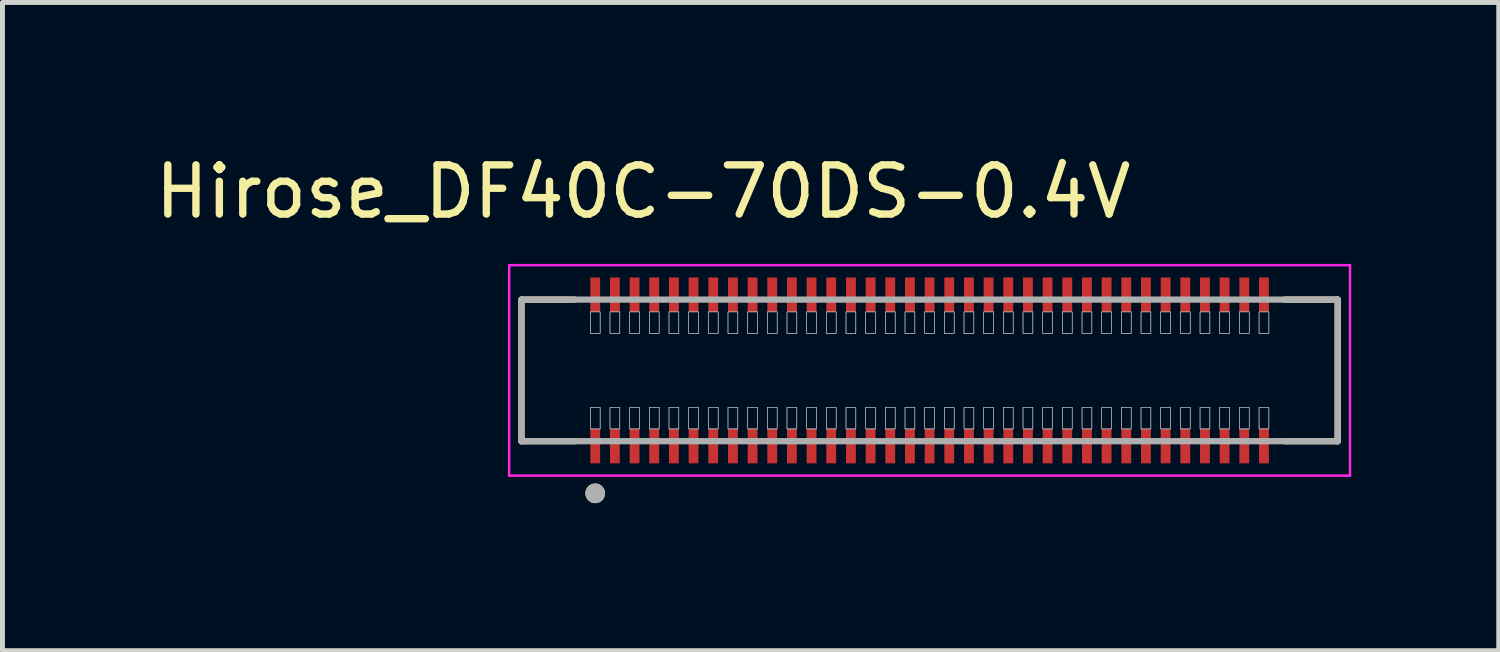
<source format=kicad_pcb>
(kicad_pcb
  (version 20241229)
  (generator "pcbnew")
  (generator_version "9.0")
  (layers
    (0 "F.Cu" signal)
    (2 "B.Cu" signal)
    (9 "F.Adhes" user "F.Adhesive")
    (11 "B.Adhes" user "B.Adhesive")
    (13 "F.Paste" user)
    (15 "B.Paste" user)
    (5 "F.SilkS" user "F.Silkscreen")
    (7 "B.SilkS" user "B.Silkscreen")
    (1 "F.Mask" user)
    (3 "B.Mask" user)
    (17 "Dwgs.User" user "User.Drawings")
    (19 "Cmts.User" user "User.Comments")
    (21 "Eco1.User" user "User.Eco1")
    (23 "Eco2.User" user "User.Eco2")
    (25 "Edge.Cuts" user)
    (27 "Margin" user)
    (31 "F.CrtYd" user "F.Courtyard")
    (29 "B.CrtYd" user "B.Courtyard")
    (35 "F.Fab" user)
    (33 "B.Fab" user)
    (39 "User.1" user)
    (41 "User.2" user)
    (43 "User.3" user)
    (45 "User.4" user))
  (footprint "Hirose_DF40C-70DS-0.4V"
    (layer "F.Cu")
    (at 15.855 4.483)
    (property "Reference" "Hirose_DF40C-70DS-0.4V" (at -5.825 -3.635 0) (layer "F.SilkS") (effects (font (size 1 1) (thickness 0.15))))
    (attr through_hole)
    (fp_line (start -8.3 -1.44) (end -8.3 1.44) (stroke (width 0.127) (type solid)) (layer "F.SilkS"))
    (fp_line (start -8.3 1.44) (end -7.22 1.44) (stroke (width 0.127) (type solid)) (layer "F.SilkS"))
    (fp_line (start -7.22 -1.44) (end -8.3 -1.44) (stroke (width 0.127) (type solid)) (layer "F.SilkS"))
    (fp_line (start 7.22 1.44) (end 8.3 1.44) (stroke (width 0.127) (type solid)) (layer "F.SilkS"))
    (fp_line (start 8.3 -1.44) (end 7.22 -1.44) (stroke (width 0.127) (type solid)) (layer "F.SilkS"))
    (fp_line (start 8.3 1.44) (end 8.3 -1.44) (stroke (width 0.127) (type solid)) (layer "F.SilkS"))
    (fp_circle (center -6.8 2.5) (end -6.7 2.5) (stroke (width 0.2) (type solid)) (fill no) (layer "F.SilkS"))
    (fp_poly (pts (xy -6.88 -1.82) (xy -6.72 -1.82) (xy -6.72 -1.26) (xy -6.88 -1.26)) (stroke (width 0.01) (type solid)) (fill yes) (layer "F.Paste"))
    (fp_poly (pts (xy -6.88 1.26) (xy -6.72 1.26) (xy -6.72 1.82) (xy -6.88 1.82)) (stroke (width 0.01) (type solid)) (fill yes) (layer "F.Paste"))
    (fp_poly (pts (xy -6.48 -1.82) (xy -6.32 -1.82) (xy -6.32 -1.26) (xy -6.48 -1.26)) (stroke (width 0.01) (type solid)) (fill yes) (layer "F.Paste"))
    (fp_poly (pts (xy -6.48 1.26) (xy -6.32 1.26) (xy -6.32 1.82) (xy -6.48 1.82)) (stroke (width 0.01) (type solid)) (fill yes) (layer "F.Paste"))
    (fp_poly (pts (xy -6.08 -1.82) (xy -5.92 -1.82) (xy -5.92 -1.26) (xy -6.08 -1.26)) (stroke (width 0.01) (type solid)) (fill yes) (layer "F.Paste"))
    (fp_poly (pts (xy -6.08 1.26) (xy -5.92 1.26) (xy -5.92 1.82) (xy -6.08 1.82)) (stroke (width 0.01) (type solid)) (fill yes) (layer "F.Paste"))
    (fp_poly (pts (xy -5.68 -1.82) (xy -5.52 -1.82) (xy -5.52 -1.26) (xy -5.68 -1.26)) (stroke (width 0.01) (type solid)) (fill yes) (layer "F.Paste"))
    (fp_poly (pts (xy -5.68 1.26) (xy -5.52 1.26) (xy -5.52 1.82) (xy -5.68 1.82)) (stroke (width 0.01) (type solid)) (fill yes) (layer "F.Paste"))
    (fp_poly (pts (xy -5.28 -1.82) (xy -5.12 -1.82) (xy -5.12 -1.26) (xy -5.28 -1.26)) (stroke (width 0.01) (type solid)) (fill yes) (layer "F.Paste"))
    (fp_poly (pts (xy -5.28 1.26) (xy -5.12 1.26) (xy -5.12 1.82) (xy -5.28 1.82)) (stroke (width 0.01) (type solid)) (fill yes) (layer "F.Paste"))
    (fp_poly (pts (xy -4.88 -1.82) (xy -4.72 -1.82) (xy -4.72 -1.26) (xy -4.88 -1.26)) (stroke (width 0.01) (type solid)) (fill yes) (layer "F.Paste"))
    (fp_poly (pts (xy -4.88 1.26) (xy -4.72 1.26) (xy -4.72 1.82) (xy -4.88 1.82)) (stroke (width 0.01) (type solid)) (fill yes) (layer "F.Paste"))
    (fp_poly (pts (xy -4.48 -1.82) (xy -4.32 -1.82) (xy -4.32 -1.26) (xy -4.48 -1.26)) (stroke (width 0.01) (type solid)) (fill yes) (layer "F.Paste"))
    (fp_poly (pts (xy -4.48 1.26) (xy -4.32 1.26) (xy -4.32 1.82) (xy -4.48 1.82)) (stroke (width 0.01) (type solid)) (fill yes) (layer "F.Paste"))
    (fp_poly (pts (xy -4.08 -1.82) (xy -3.92 -1.82) (xy -3.92 -1.26) (xy -4.08 -1.26)) (stroke (width 0.01) (type solid)) (fill yes) (layer "F.Paste"))
    (fp_poly (pts (xy -4.08 1.26) (xy -3.92 1.26) (xy -3.92 1.82) (xy -4.08 1.82)) (stroke (width 0.01) (type solid)) (fill yes) (layer "F.Paste"))
    (fp_poly (pts (xy -3.68 -1.82) (xy -3.52 -1.82) (xy -3.52 -1.26) (xy -3.68 -1.26)) (stroke (width 0.01) (type solid)) (fill yes) (layer "F.Paste"))
    (fp_poly (pts (xy -3.68 1.26) (xy -3.52 1.26) (xy -3.52 1.82) (xy -3.68 1.82)) (stroke (width 0.01) (type solid)) (fill yes) (layer "F.Paste"))
    (fp_poly (pts (xy -3.28 -1.82) (xy -3.12 -1.82) (xy -3.12 -1.26) (xy -3.28 -1.26)) (stroke (width 0.01) (type solid)) (fill yes) (layer "F.Paste"))
    (fp_poly (pts (xy -3.28 1.26) (xy -3.12 1.26) (xy -3.12 1.82) (xy -3.28 1.82)) (stroke (width 0.01) (type solid)) (fill yes) (layer "F.Paste"))
    (fp_poly (pts (xy -2.88 -1.82) (xy -2.72 -1.82) (xy -2.72 -1.26) (xy -2.88 -1.26)) (stroke (width 0.01) (type solid)) (fill yes) (layer "F.Paste"))
    (fp_poly (pts (xy -2.88 1.26) (xy -2.72 1.26) (xy -2.72 1.82) (xy -2.88 1.82)) (stroke (width 0.01) (type solid)) (fill yes) (layer "F.Paste"))
    (fp_poly (pts (xy -2.48 -1.82) (xy -2.32 -1.82) (xy -2.32 -1.26) (xy -2.48 -1.26)) (stroke (width 0.01) (type solid)) (fill yes) (layer "F.Paste"))
    (fp_poly (pts (xy -2.48 1.26) (xy -2.32 1.26) (xy -2.32 1.82) (xy -2.48 1.82)) (stroke (width 0.01) (type solid)) (fill yes) (layer "F.Paste"))
    (fp_poly (pts (xy -2.08 -1.82) (xy -1.92 -1.82) (xy -1.92 -1.26) (xy -2.08 -1.26)) (stroke (width 0.01) (type solid)) (fill yes) (layer "F.Paste"))
    (fp_poly (pts (xy -2.08 1.26) (xy -1.92 1.26) (xy -1.92 1.82) (xy -2.08 1.82)) (stroke (width 0.01) (type solid)) (fill yes) (layer "F.Paste"))
    (fp_poly (pts (xy -1.68 -1.82) (xy -1.52 -1.82) (xy -1.52 -1.26) (xy -1.68 -1.26)) (stroke (width 0.01) (type solid)) (fill yes) (layer "F.Paste"))
    (fp_poly (pts (xy -1.68 1.26) (xy -1.52 1.26) (xy -1.52 1.82) (xy -1.68 1.82)) (stroke (width 0.01) (type solid)) (fill yes) (layer "F.Paste"))
    (fp_poly (pts (xy -1.28 -1.82) (xy -1.12 -1.82) (xy -1.12 -1.26) (xy -1.28 -1.26)) (stroke (width 0.01) (type solid)) (fill yes) (layer "F.Paste"))
    (fp_poly (pts (xy -1.28 1.26) (xy -1.12 1.26) (xy -1.12 1.82) (xy -1.28 1.82)) (stroke (width 0.01) (type solid)) (fill yes) (layer "F.Paste"))
    (fp_poly (pts (xy -0.88 -1.82) (xy -0.72 -1.82) (xy -0.72 -1.26) (xy -0.88 -1.26)) (stroke (width 0.01) (type solid)) (fill yes) (layer "F.Paste"))
    (fp_poly (pts (xy -0.88 1.26) (xy -0.72 1.26) (xy -0.72 1.82) (xy -0.88 1.82)) (stroke (width 0.01) (type solid)) (fill yes) (layer "F.Paste"))
    (fp_poly (pts (xy -0.48 -1.82) (xy -0.32 -1.82) (xy -0.32 -1.26) (xy -0.48 -1.26)) (stroke (width 0.01) (type solid)) (fill yes) (layer "F.Paste"))
    (fp_poly (pts (xy -0.48 1.26) (xy -0.32 1.26) (xy -0.32 1.82) (xy -0.48 1.82)) (stroke (width 0.01) (type solid)) (fill yes) (layer "F.Paste"))
    (fp_poly (pts (xy -0.08 -1.82) (xy 0.08 -1.82) (xy 0.08 -1.26) (xy -0.08 -1.26)) (stroke (width 0.01) (type solid)) (fill yes) (layer "F.Paste"))
    (fp_poly (pts (xy -0.08 1.26) (xy 0.08 1.26) (xy 0.08 1.82) (xy -0.08 1.82)) (stroke (width 0.01) (type solid)) (fill yes) (layer "F.Paste"))
    (fp_poly (pts (xy 0.32 -1.82) (xy 0.48 -1.82) (xy 0.48 -1.26) (xy 0.32 -1.26)) (stroke (width 0.01) (type solid)) (fill yes) (layer "F.Paste"))
    (fp_poly (pts (xy 0.32 1.26) (xy 0.48 1.26) (xy 0.48 1.82) (xy 0.32 1.82)) (stroke (width 0.01) (type solid)) (fill yes) (layer "F.Paste"))
    (fp_poly (pts (xy 0.72 -1.82) (xy 0.88 -1.82) (xy 0.88 -1.26) (xy 0.72 -1.26)) (stroke (width 0.01) (type solid)) (fill yes) (layer "F.Paste"))
    (fp_poly (pts (xy 0.72 1.26) (xy 0.88 1.26) (xy 0.88 1.82) (xy 0.72 1.82)) (stroke (width 0.01) (type solid)) (fill yes) (layer "F.Paste"))
    (fp_poly (pts (xy 1.12 -1.82) (xy 1.28 -1.82) (xy 1.28 -1.26) (xy 1.12 -1.26)) (stroke (width 0.01) (type solid)) (fill yes) (layer "F.Paste"))
    (fp_poly (pts (xy 1.12 1.26) (xy 1.28 1.26) (xy 1.28 1.82) (xy 1.12 1.82)) (stroke (width 0.01) (type solid)) (fill yes) (layer "F.Paste"))
    (fp_poly (pts (xy 1.52 -1.82) (xy 1.68 -1.82) (xy 1.68 -1.26) (xy 1.52 -1.26)) (stroke (width 0.01) (type solid)) (fill yes) (layer "F.Paste"))
    (fp_poly (pts (xy 1.52 1.26) (xy 1.68 1.26) (xy 1.68 1.82) (xy 1.52 1.82)) (stroke (width 0.01) (type solid)) (fill yes) (layer "F.Paste"))
    (fp_poly (pts (xy 1.92 -1.82) (xy 2.08 -1.82) (xy 2.08 -1.26) (xy 1.92 -1.26)) (stroke (width 0.01) (type solid)) (fill yes) (layer "F.Paste"))
    (fp_poly (pts (xy 1.92 1.26) (xy 2.08 1.26) (xy 2.08 1.82) (xy 1.92 1.82)) (stroke (width 0.01) (type solid)) (fill yes) (layer "F.Paste"))
    (fp_poly (pts (xy 2.32 -1.82) (xy 2.48 -1.82) (xy 2.48 -1.26) (xy 2.32 -1.26)) (stroke (width 0.01) (type solid)) (fill yes) (layer "F.Paste"))
    (fp_poly (pts (xy 2.32 1.26) (xy 2.48 1.26) (xy 2.48 1.82) (xy 2.32 1.82)) (stroke (width 0.01) (type solid)) (fill yes) (layer "F.Paste"))
    (fp_poly (pts (xy 2.72 -1.82) (xy 2.88 -1.82) (xy 2.88 -1.26) (xy 2.72 -1.26)) (stroke (width 0.01) (type solid)) (fill yes) (layer "F.Paste"))
    (fp_poly (pts (xy 2.72 1.26) (xy 2.88 1.26) (xy 2.88 1.82) (xy 2.72 1.82)) (stroke (width 0.01) (type solid)) (fill yes) (layer "F.Paste"))
    (fp_poly (pts (xy 3.12 -1.82) (xy 3.28 -1.82) (xy 3.28 -1.26) (xy 3.12 -1.26)) (stroke (width 0.01) (type solid)) (fill yes) (layer "F.Paste"))
    (fp_poly (pts (xy 3.12 1.26) (xy 3.28 1.26) (xy 3.28 1.82) (xy 3.12 1.82)) (stroke (width 0.01) (type solid)) (fill yes) (layer "F.Paste"))
    (fp_poly (pts (xy 3.52 -1.82) (xy 3.68 -1.82) (xy 3.68 -1.26) (xy 3.52 -1.26)) (stroke (width 0.01) (type solid)) (fill yes) (layer "F.Paste"))
    (fp_poly (pts (xy 3.52 1.26) (xy 3.68 1.26) (xy 3.68 1.82) (xy 3.52 1.82)) (stroke (width 0.01) (type solid)) (fill yes) (layer "F.Paste"))
    (fp_poly (pts (xy 3.92 -1.82) (xy 4.08 -1.82) (xy 4.08 -1.26) (xy 3.92 -1.26)) (stroke (width 0.01) (type solid)) (fill yes) (layer "F.Paste"))
    (fp_poly (pts (xy 3.92 1.26) (xy 4.08 1.26) (xy 4.08 1.82) (xy 3.92 1.82)) (stroke (width 0.01) (type solid)) (fill yes) (layer "F.Paste"))
    (fp_poly (pts (xy 4.32 -1.82) (xy 4.48 -1.82) (xy 4.48 -1.26) (xy 4.32 -1.26)) (stroke (width 0.01) (type solid)) (fill yes) (layer "F.Paste"))
    (fp_poly (pts (xy 4.32 1.26) (xy 4.48 1.26) (xy 4.48 1.82) (xy 4.32 1.82)) (stroke (width 0.01) (type solid)) (fill yes) (layer "F.Paste"))
    (fp_poly (pts (xy 4.72 -1.82) (xy 4.88 -1.82) (xy 4.88 -1.26) (xy 4.72 -1.26)) (stroke (width 0.01) (type solid)) (fill yes) (layer "F.Paste"))
    (fp_poly (pts (xy 4.72 1.26) (xy 4.88 1.26) (xy 4.88 1.82) (xy 4.72 1.82)) (stroke (width 0.01) (type solid)) (fill yes) (layer "F.Paste"))
    (fp_poly (pts (xy 5.12 -1.82) (xy 5.28 -1.82) (xy 5.28 -1.26) (xy 5.12 -1.26)) (stroke (width 0.01) (type solid)) (fill yes) (layer "F.Paste"))
    (fp_poly (pts (xy 5.12 1.26) (xy 5.28 1.26) (xy 5.28 1.82) (xy 5.12 1.82)) (stroke (width 0.01) (type solid)) (fill yes) (layer "F.Paste"))
    (fp_poly (pts (xy 5.52 -1.82) (xy 5.68 -1.82) (xy 5.68 -1.26) (xy 5.52 -1.26)) (stroke (width 0.01) (type solid)) (fill yes) (layer "F.Paste"))
    (fp_poly (pts (xy 5.52 1.26) (xy 5.68 1.26) (xy 5.68 1.82) (xy 5.52 1.82)) (stroke (width 0.01) (type solid)) (fill yes) (layer "F.Paste"))
    (fp_poly (pts (xy 5.92 -1.82) (xy 6.08 -1.82) (xy 6.08 -1.26) (xy 5.92 -1.26)) (stroke (width 0.01) (type solid)) (fill yes) (layer "F.Paste"))
    (fp_poly (pts (xy 5.92 1.26) (xy 6.08 1.26) (xy 6.08 1.82) (xy 5.92 1.82)) (stroke (width 0.01) (type solid)) (fill yes) (layer "F.Paste"))
    (fp_poly (pts (xy 6.32 -1.82) (xy 6.48 -1.82) (xy 6.48 -1.26) (xy 6.32 -1.26)) (stroke (width 0.01) (type solid)) (fill yes) (layer "F.Paste"))
    (fp_poly (pts (xy 6.32 1.26) (xy 6.48 1.26) (xy 6.48 1.82) (xy 6.32 1.82)) (stroke (width 0.01) (type solid)) (fill yes) (layer "F.Paste"))
    (fp_poly (pts (xy 6.72 -1.82) (xy 6.88 -1.82) (xy 6.88 -1.26) (xy 6.72 -1.26)) (stroke (width 0.01) (type solid)) (fill yes) (layer "F.Paste"))
    (fp_poly (pts (xy 6.72 1.26) (xy 6.88 1.26) (xy 6.88 1.82) (xy 6.72 1.82)) (stroke (width 0.01) (type solid)) (fill yes) (layer "F.Paste"))
    (fp_poly (pts (xy -6.9 -1.19) (xy -6.7 -1.19) (xy -6.7 -0.75) (xy -6.9 -0.75)) (stroke (width 0.01) (type solid)) (fill no) (layer "Dwgs.User"))
    (fp_poly (pts (xy -6.9 -1.19) (xy -6.7 -1.19) (xy -6.7 -0.75) (xy -6.9 -0.75)) (stroke (width 0.01) (type solid)) (fill no) (layer "Dwgs.User"))
    (fp_poly (pts (xy -6.9 0.75) (xy -6.7 0.75) (xy -6.7 1.19) (xy -6.9 1.19)) (stroke (width 0.01) (type solid)) (fill no) (layer "Dwgs.User"))
    (fp_poly (pts (xy -6.9 0.75) (xy -6.7 0.75) (xy -6.7 1.19) (xy -6.9 1.19)) (stroke (width 0.01) (type solid)) (fill no) (layer "Dwgs.User"))
    (fp_poly (pts (xy -6.5 -1.19) (xy -6.3 -1.19) (xy -6.3 -0.75) (xy -6.5 -0.75)) (stroke (width 0.01) (type solid)) (fill no) (layer "Dwgs.User"))
    (fp_poly (pts (xy -6.5 -1.19) (xy -6.3 -1.19) (xy -6.3 -0.75) (xy -6.5 -0.75)) (stroke (width 0.01) (type solid)) (fill no) (layer "Dwgs.User"))
    (fp_poly (pts (xy -6.5 0.75) (xy -6.3 0.75) (xy -6.3 1.19) (xy -6.5 1.19)) (stroke (width 0.01) (type solid)) (fill no) (layer "Dwgs.User"))
    (fp_poly (pts (xy -6.5 0.75) (xy -6.3 0.75) (xy -6.3 1.19) (xy -6.5 1.19)) (stroke (width 0.01) (type solid)) (fill no) (layer "Dwgs.User"))
    (fp_poly (pts (xy -6.1 -1.19) (xy -5.9 -1.19) (xy -5.9 -0.75) (xy -6.1 -0.75)) (stroke (width 0.01) (type solid)) (fill no) (layer "Dwgs.User"))
    (fp_poly (pts (xy -6.1 -1.19) (xy -5.9 -1.19) (xy -5.9 -0.75) (xy -6.1 -0.75)) (stroke (width 0.01) (type solid)) (fill no) (layer "Dwgs.User"))
    (fp_poly (pts (xy -6.1 0.75) (xy -5.9 0.75) (xy -5.9 1.19) (xy -6.1 1.19)) (stroke (width 0.01) (type solid)) (fill no) (layer "Dwgs.User"))
    (fp_poly (pts (xy -6.1 0.75) (xy -5.9 0.75) (xy -5.9 1.19) (xy -6.1 1.19)) (stroke (width 0.01) (type solid)) (fill no) (layer "Dwgs.User"))
    (fp_poly (pts (xy -5.7 -1.19) (xy -5.5 -1.19) (xy -5.5 -0.75) (xy -5.7 -0.75)) (stroke (width 0.01) (type solid)) (fill no) (layer "Dwgs.User"))
    (fp_poly (pts (xy -5.7 -1.19) (xy -5.5 -1.19) (xy -5.5 -0.75) (xy -5.7 -0.75)) (stroke (width 0.01) (type solid)) (fill no) (layer "Dwgs.User"))
    (fp_poly (pts (xy -5.7 0.75) (xy -5.5 0.75) (xy -5.5 1.19) (xy -5.7 1.19)) (stroke (width 0.01) (type solid)) (fill no) (layer "Dwgs.User"))
    (fp_poly (pts (xy -5.7 0.75) (xy -5.5 0.75) (xy -5.5 1.19) (xy -5.7 1.19)) (stroke (width 0.01) (type solid)) (fill no) (layer "Dwgs.User"))
    (fp_poly (pts (xy -5.3 -1.19) (xy -5.1 -1.19) (xy -5.1 -0.75) (xy -5.3 -0.75)) (stroke (width 0.01) (type solid)) (fill no) (layer "Dwgs.User"))
    (fp_poly (pts (xy -5.3 -1.19) (xy -5.1 -1.19) (xy -5.1 -0.75) (xy -5.3 -0.75)) (stroke (width 0.01) (type solid)) (fill no) (layer "Dwgs.User"))
    (fp_poly (pts (xy -5.3 0.75) (xy -5.1 0.75) (xy -5.1 1.19) (xy -5.3 1.19)) (stroke (width 0.01) (type solid)) (fill no) (layer "Dwgs.User"))
    (fp_poly (pts (xy -5.3 0.75) (xy -5.1 0.75) (xy -5.1 1.19) (xy -5.3 1.19)) (stroke (width 0.01) (type solid)) (fill no) (layer "Dwgs.User"))
    (fp_poly (pts (xy -4.9 -1.19) (xy -4.7 -1.19) (xy -4.7 -0.75) (xy -4.9 -0.75)) (stroke (width 0.01) (type solid)) (fill no) (layer "Dwgs.User"))
    (fp_poly (pts (xy -4.9 -1.19) (xy -4.7 -1.19) (xy -4.7 -0.75) (xy -4.9 -0.75)) (stroke (width 0.01) (type solid)) (fill no) (layer "Dwgs.User"))
    (fp_poly (pts (xy -4.9 0.75) (xy -4.7 0.75) (xy -4.7 1.19) (xy -4.9 1.19)) (stroke (width 0.01) (type solid)) (fill no) (layer "Dwgs.User"))
    (fp_poly (pts (xy -4.9 0.75) (xy -4.7 0.75) (xy -4.7 1.19) (xy -4.9 1.19)) (stroke (width 0.01) (type solid)) (fill no) (layer "Dwgs.User"))
    (fp_poly (pts (xy -4.5 -1.19) (xy -4.3 -1.19) (xy -4.3 -0.75) (xy -4.5 -0.75)) (stroke (width 0.01) (type solid)) (fill no) (layer "Dwgs.User"))
    (fp_poly (pts (xy -4.5 -1.19) (xy -4.3 -1.19) (xy -4.3 -0.75) (xy -4.5 -0.75)) (stroke (width 0.01) (type solid)) (fill no) (layer "Dwgs.User"))
    (fp_poly (pts (xy -4.5 0.75) (xy -4.3 0.75) (xy -4.3 1.19) (xy -4.5 1.19)) (stroke (width 0.01) (type solid)) (fill no) (layer "Dwgs.User"))
    (fp_poly (pts (xy -4.5 0.75) (xy -4.3 0.75) (xy -4.3 1.19) (xy -4.5 1.19)) (stroke (width 0.01) (type solid)) (fill no) (layer "Dwgs.User"))
    (fp_poly (pts (xy -4.1 -1.19) (xy -3.9 -1.19) (xy -3.9 -0.75) (xy -4.1 -0.75)) (stroke (width 0.01) (type solid)) (fill no) (layer "Dwgs.User"))
    (fp_poly (pts (xy -4.1 -1.19) (xy -3.9 -1.19) (xy -3.9 -0.75) (xy -4.1 -0.75)) (stroke (width 0.01) (type solid)) (fill no) (layer "Dwgs.User"))
    (fp_poly (pts (xy -4.1 0.75) (xy -3.9 0.75) (xy -3.9 1.19) (xy -4.1 1.19)) (stroke (width 0.01) (type solid)) (fill no) (layer "Dwgs.User"))
    (fp_poly (pts (xy -4.1 0.75) (xy -3.9 0.75) (xy -3.9 1.19) (xy -4.1 1.19)) (stroke (width 0.01) (type solid)) (fill no) (layer "Dwgs.User"))
    (fp_poly (pts (xy -3.7 -1.19) (xy -3.5 -1.19) (xy -3.5 -0.75) (xy -3.7 -0.75)) (stroke (width 0.01) (type solid)) (fill no) (layer "Dwgs.User"))
    (fp_poly (pts (xy -3.7 -1.19) (xy -3.5 -1.19) (xy -3.5 -0.75) (xy -3.7 -0.75)) (stroke (width 0.01) (type solid)) (fill no) (layer "Dwgs.User"))
    (fp_poly (pts (xy -3.7 0.75) (xy -3.5 0.75) (xy -3.5 1.19) (xy -3.7 1.19)) (stroke (width 0.01) (type solid)) (fill no) (layer "Dwgs.User"))
    (fp_poly (pts (xy -3.7 0.75) (xy -3.5 0.75) (xy -3.5 1.19) (xy -3.7 1.19)) (stroke (width 0.01) (type solid)) (fill no) (layer "Dwgs.User"))
    (fp_poly (pts (xy -3.3 -1.19) (xy -3.1 -1.19) (xy -3.1 -0.75) (xy -3.3 -0.75)) (stroke (width 0.01) (type solid)) (fill no) (layer "Dwgs.User"))
    (fp_poly (pts (xy -3.3 -1.19) (xy -3.1 -1.19) (xy -3.1 -0.75) (xy -3.3 -0.75)) (stroke (width 0.01) (type solid)) (fill no) (layer "Dwgs.User"))
    (fp_poly (pts (xy -3.3 0.75) (xy -3.1 0.75) (xy -3.1 1.19) (xy -3.3 1.19)) (stroke (width 0.01) (type solid)) (fill no) (layer "Dwgs.User"))
    (fp_poly (pts (xy -3.3 0.75) (xy -3.1 0.75) (xy -3.1 1.19) (xy -3.3 1.19)) (stroke (width 0.01) (type solid)) (fill no) (layer "Dwgs.User"))
    (fp_poly (pts (xy -2.9 -1.19) (xy -2.7 -1.19) (xy -2.7 -0.75) (xy -2.9 -0.75)) (stroke (width 0.01) (type solid)) (fill no) (layer "Dwgs.User"))
    (fp_poly (pts (xy -2.9 -1.19) (xy -2.7 -1.19) (xy -2.7 -0.75) (xy -2.9 -0.75)) (stroke (width 0.01) (type solid)) (fill no) (layer "Dwgs.User"))
    (fp_poly (pts (xy -2.9 0.75) (xy -2.7 0.75) (xy -2.7 1.19) (xy -2.9 1.19)) (stroke (width 0.01) (type solid)) (fill no) (layer "Dwgs.User"))
    (fp_poly (pts (xy -2.9 0.75) (xy -2.7 0.75) (xy -2.7 1.19) (xy -2.9 1.19)) (stroke (width 0.01) (type solid)) (fill no) (layer "Dwgs.User"))
    (fp_poly (pts (xy -2.5 -1.19) (xy -2.3 -1.19) (xy -2.3 -0.75) (xy -2.5 -0.75)) (stroke (width 0.01) (type solid)) (fill no) (layer "Dwgs.User"))
    (fp_poly (pts (xy -2.5 -1.19) (xy -2.3 -1.19) (xy -2.3 -0.75) (xy -2.5 -0.75)) (stroke (width 0.01) (type solid)) (fill no) (layer "Dwgs.User"))
    (fp_poly (pts (xy -2.5 0.75) (xy -2.3 0.75) (xy -2.3 1.19) (xy -2.5 1.19)) (stroke (width 0.01) (type solid)) (fill no) (layer "Dwgs.User"))
    (fp_poly (pts (xy -2.5 0.75) (xy -2.3 0.75) (xy -2.3 1.19) (xy -2.5 1.19)) (stroke (width 0.01) (type solid)) (fill no) (layer "Dwgs.User"))
    (fp_poly (pts (xy -2.1 -1.19) (xy -1.9 -1.19) (xy -1.9 -0.75) (xy -2.1 -0.75)) (stroke (width 0.01) (type solid)) (fill no) (layer "Dwgs.User"))
    (fp_poly (pts (xy -2.1 -1.19) (xy -1.9 -1.19) (xy -1.9 -0.75) (xy -2.1 -0.75)) (stroke (width 0.01) (type solid)) (fill no) (layer "Dwgs.User"))
    (fp_poly (pts (xy -2.1 0.75) (xy -1.9 0.75) (xy -1.9 1.19) (xy -2.1 1.19)) (stroke (width 0.01) (type solid)) (fill no) (layer "Dwgs.User"))
    (fp_poly (pts (xy -2.1 0.75) (xy -1.9 0.75) (xy -1.9 1.19) (xy -2.1 1.19)) (stroke (width 0.01) (type solid)) (fill no) (layer "Dwgs.User"))
    (fp_poly (pts (xy -1.7 -1.19) (xy -1.5 -1.19) (xy -1.5 -0.75) (xy -1.7 -0.75)) (stroke (width 0.01) (type solid)) (fill no) (layer "Dwgs.User"))
    (fp_poly (pts (xy -1.7 -1.19) (xy -1.5 -1.19) (xy -1.5 -0.75) (xy -1.7 -0.75)) (stroke (width 0.01) (type solid)) (fill no) (layer "Dwgs.User"))
    (fp_poly (pts (xy -1.7 0.75) (xy -1.5 0.75) (xy -1.5 1.19) (xy -1.7 1.19)) (stroke (width 0.01) (type solid)) (fill no) (layer "Dwgs.User"))
    (fp_poly (pts (xy -1.7 0.75) (xy -1.5 0.75) (xy -1.5 1.19) (xy -1.7 1.19)) (stroke (width 0.01) (type solid)) (fill no) (layer "Dwgs.User"))
    (fp_poly (pts (xy -1.3 -1.19) (xy -1.1 -1.19) (xy -1.1 -0.75) (xy -1.3 -0.75)) (stroke (width 0.01) (type solid)) (fill no) (layer "Dwgs.User"))
    (fp_poly (pts (xy -1.3 -1.19) (xy -1.1 -1.19) (xy -1.1 -0.75) (xy -1.3 -0.75)) (stroke (width 0.01) (type solid)) (fill no) (layer "Dwgs.User"))
    (fp_poly (pts (xy -1.3 0.75) (xy -1.1 0.75) (xy -1.1 1.19) (xy -1.3 1.19)) (stroke (width 0.01) (type solid)) (fill no) (layer "Dwgs.User"))
    (fp_poly (pts (xy -1.3 0.75) (xy -1.1 0.75) (xy -1.1 1.19) (xy -1.3 1.19)) (stroke (width 0.01) (type solid)) (fill no) (layer "Dwgs.User"))
    (fp_poly (pts (xy -0.9 -1.19) (xy -0.7 -1.19) (xy -0.7 -0.75) (xy -0.9 -0.75)) (stroke (width 0.01) (type solid)) (fill no) (layer "Dwgs.User"))
    (fp_poly (pts (xy -0.9 -1.19) (xy -0.7 -1.19) (xy -0.7 -0.75) (xy -0.9 -0.75)) (stroke (width 0.01) (type solid)) (fill no) (layer "Dwgs.User"))
    (fp_poly (pts (xy -0.9 0.75) (xy -0.7 0.75) (xy -0.7 1.19) (xy -0.9 1.19)) (stroke (width 0.01) (type solid)) (fill no) (layer "Dwgs.User"))
    (fp_poly (pts (xy -0.9 0.75) (xy -0.7 0.75) (xy -0.7 1.19) (xy -0.9 1.19)) (stroke (width 0.01) (type solid)) (fill no) (layer "Dwgs.User"))
    (fp_poly (pts (xy -0.5 -1.19) (xy -0.3 -1.19) (xy -0.3 -0.75) (xy -0.5 -0.75)) (stroke (width 0.01) (type solid)) (fill no) (layer "Dwgs.User"))
    (fp_poly (pts (xy -0.5 -1.19) (xy -0.3 -1.19) (xy -0.3 -0.75) (xy -0.5 -0.75)) (stroke (width 0.01) (type solid)) (fill no) (layer "Dwgs.User"))
    (fp_poly (pts (xy -0.5 0.75) (xy -0.3 0.75) (xy -0.3 1.19) (xy -0.5 1.19)) (stroke (width 0.01) (type solid)) (fill no) (layer "Dwgs.User"))
    (fp_poly (pts (xy -0.5 0.75) (xy -0.3 0.75) (xy -0.3 1.19) (xy -0.5 1.19)) (stroke (width 0.01) (type solid)) (fill no) (layer "Dwgs.User"))
    (fp_poly (pts (xy -0.1 -1.19) (xy 0.1 -1.19) (xy 0.1 -0.75) (xy -0.1 -0.75)) (stroke (width 0.01) (type solid)) (fill no) (layer "Dwgs.User"))
    (fp_poly (pts (xy -0.1 -1.19) (xy 0.1 -1.19) (xy 0.1 -0.75) (xy -0.1 -0.75)) (stroke (width 0.01) (type solid)) (fill no) (layer "Dwgs.User"))
    (fp_poly (pts (xy -0.1 0.75) (xy 0.1 0.75) (xy 0.1 1.19) (xy -0.1 1.19)) (stroke (width 0.01) (type solid)) (fill no) (layer "Dwgs.User"))
    (fp_poly (pts (xy -0.1 0.75) (xy 0.1 0.75) (xy 0.1 1.19) (xy -0.1 1.19)) (stroke (width 0.01) (type solid)) (fill no) (layer "Dwgs.User"))
    (fp_poly (pts (xy 0.3 -1.19) (xy 0.5 -1.19) (xy 0.5 -0.75) (xy 0.3 -0.75)) (stroke (width 0.01) (type solid)) (fill no) (layer "Dwgs.User"))
    (fp_poly (pts (xy 0.3 -1.19) (xy 0.5 -1.19) (xy 0.5 -0.75) (xy 0.3 -0.75)) (stroke (width 0.01) (type solid)) (fill no) (layer "Dwgs.User"))
    (fp_poly (pts (xy 0.3 0.75) (xy 0.5 0.75) (xy 0.5 1.19) (xy 0.3 1.19)) (stroke (width 0.01) (type solid)) (fill no) (layer "Dwgs.User"))
    (fp_poly (pts (xy 0.3 0.75) (xy 0.5 0.75) (xy 0.5 1.19) (xy 0.3 1.19)) (stroke (width 0.01) (type solid)) (fill no) (layer "Dwgs.User"))
    (fp_poly (pts (xy 0.7 -1.19) (xy 0.9 -1.19) (xy 0.9 -0.75) (xy 0.7 -0.75)) (stroke (width 0.01) (type solid)) (fill no) (layer "Dwgs.User"))
    (fp_poly (pts (xy 0.7 -1.19) (xy 0.9 -1.19) (xy 0.9 -0.75) (xy 0.7 -0.75)) (stroke (width 0.01) (type solid)) (fill no) (layer "Dwgs.User"))
    (fp_poly (pts (xy 0.7 0.75) (xy 0.9 0.75) (xy 0.9 1.19) (xy 0.7 1.19)) (stroke (width 0.01) (type solid)) (fill no) (layer "Dwgs.User"))
    (fp_poly (pts (xy 0.7 0.75) (xy 0.9 0.75) (xy 0.9 1.19) (xy 0.7 1.19)) (stroke (width 0.01) (type solid)) (fill no) (layer "Dwgs.User"))
    (fp_poly (pts (xy 1.1 -1.19) (xy 1.3 -1.19) (xy 1.3 -0.75) (xy 1.1 -0.75)) (stroke (width 0.01) (type solid)) (fill no) (layer "Dwgs.User"))
    (fp_poly (pts (xy 1.1 -1.19) (xy 1.3 -1.19) (xy 1.3 -0.75) (xy 1.1 -0.75)) (stroke (width 0.01) (type solid)) (fill no) (layer "Dwgs.User"))
    (fp_poly (pts (xy 1.1 0.75) (xy 1.3 0.75) (xy 1.3 1.19) (xy 1.1 1.19)) (stroke (width 0.01) (type solid)) (fill no) (layer "Dwgs.User"))
    (fp_poly (pts (xy 1.1 0.75) (xy 1.3 0.75) (xy 1.3 1.19) (xy 1.1 1.19)) (stroke (width 0.01) (type solid)) (fill no) (layer "Dwgs.User"))
    (fp_poly (pts (xy 1.5 -1.19) (xy 1.7 -1.19) (xy 1.7 -0.75) (xy 1.5 -0.75)) (stroke (width 0.01) (type solid)) (fill no) (layer "Dwgs.User"))
    (fp_poly (pts (xy 1.5 -1.19) (xy 1.7 -1.19) (xy 1.7 -0.75) (xy 1.5 -0.75)) (stroke (width 0.01) (type solid)) (fill no) (layer "Dwgs.User"))
    (fp_poly (pts (xy 1.5 0.75) (xy 1.7 0.75) (xy 1.7 1.19) (xy 1.5 1.19)) (stroke (width 0.01) (type solid)) (fill no) (layer "Dwgs.User"))
    (fp_poly (pts (xy 1.5 0.75) (xy 1.7 0.75) (xy 1.7 1.19) (xy 1.5 1.19)) (stroke (width 0.01) (type solid)) (fill no) (layer "Dwgs.User"))
    (fp_poly (pts (xy 1.9 -1.19) (xy 2.1 -1.19) (xy 2.1 -0.75) (xy 1.9 -0.75)) (stroke (width 0.01) (type solid)) (fill no) (layer "Dwgs.User"))
    (fp_poly (pts (xy 1.9 -1.19) (xy 2.1 -1.19) (xy 2.1 -0.75) (xy 1.9 -0.75)) (stroke (width 0.01) (type solid)) (fill no) (layer "Dwgs.User"))
    (fp_poly (pts (xy 1.9 0.75) (xy 2.1 0.75) (xy 2.1 1.19) (xy 1.9 1.19)) (stroke (width 0.01) (type solid)) (fill no) (layer "Dwgs.User"))
    (fp_poly (pts (xy 1.9 0.75) (xy 2.1 0.75) (xy 2.1 1.19) (xy 1.9 1.19)) (stroke (width 0.01) (type solid)) (fill no) (layer "Dwgs.User"))
    (fp_poly (pts (xy 2.3 -1.19) (xy 2.5 -1.19) (xy 2.5 -0.75) (xy 2.3 -0.75)) (stroke (width 0.01) (type solid)) (fill no) (layer "Dwgs.User"))
    (fp_poly (pts (xy 2.3 -1.19) (xy 2.5 -1.19) (xy 2.5 -0.75) (xy 2.3 -0.75)) (stroke (width 0.01) (type solid)) (fill no) (layer "Dwgs.User"))
    (fp_poly (pts (xy 2.3 0.75) (xy 2.5 0.75) (xy 2.5 1.19) (xy 2.3 1.19)) (stroke (width 0.01) (type solid)) (fill no) (layer "Dwgs.User"))
    (fp_poly (pts (xy 2.3 0.75) (xy 2.5 0.75) (xy 2.5 1.19) (xy 2.3 1.19)) (stroke (width 0.01) (type solid)) (fill no) (layer "Dwgs.User"))
    (fp_poly (pts (xy 2.7 -1.19) (xy 2.9 -1.19) (xy 2.9 -0.75) (xy 2.7 -0.75)) (stroke (width 0.01) (type solid)) (fill no) (layer "Dwgs.User"))
    (fp_poly (pts (xy 2.7 -1.19) (xy 2.9 -1.19) (xy 2.9 -0.75) (xy 2.7 -0.75)) (stroke (width 0.01) (type solid)) (fill no) (layer "Dwgs.User"))
    (fp_poly (pts (xy 2.7 0.75) (xy 2.9 0.75) (xy 2.9 1.19) (xy 2.7 1.19)) (stroke (width 0.01) (type solid)) (fill no) (layer "Dwgs.User"))
    (fp_poly (pts (xy 2.7 0.75) (xy 2.9 0.75) (xy 2.9 1.19) (xy 2.7 1.19)) (stroke (width 0.01) (type solid)) (fill no) (layer "Dwgs.User"))
    (fp_poly (pts (xy 3.1 -1.19) (xy 3.3 -1.19) (xy 3.3 -0.75) (xy 3.1 -0.75)) (stroke (width 0.01) (type solid)) (fill no) (layer "Dwgs.User"))
    (fp_poly (pts (xy 3.1 -1.19) (xy 3.3 -1.19) (xy 3.3 -0.75) (xy 3.1 -0.75)) (stroke (width 0.01) (type solid)) (fill no) (layer "Dwgs.User"))
    (fp_poly (pts (xy 3.1 0.75) (xy 3.3 0.75) (xy 3.3 1.19) (xy 3.1 1.19)) (stroke (width 0.01) (type solid)) (fill no) (layer "Dwgs.User"))
    (fp_poly (pts (xy 3.1 0.75) (xy 3.3 0.75) (xy 3.3 1.19) (xy 3.1 1.19)) (stroke (width 0.01) (type solid)) (fill no) (layer "Dwgs.User"))
    (fp_poly (pts (xy 3.5 -1.19) (xy 3.7 -1.19) (xy 3.7 -0.75) (xy 3.5 -0.75)) (stroke (width 0.01) (type solid)) (fill no) (layer "Dwgs.User"))
    (fp_poly (pts (xy 3.5 -1.19) (xy 3.7 -1.19) (xy 3.7 -0.75) (xy 3.5 -0.75)) (stroke (width 0.01) (type solid)) (fill no) (layer "Dwgs.User"))
    (fp_poly (pts (xy 3.5 0.75) (xy 3.7 0.75) (xy 3.7 1.19) (xy 3.5 1.19)) (stroke (width 0.01) (type solid)) (fill no) (layer "Dwgs.User"))
    (fp_poly (pts (xy 3.5 0.75) (xy 3.7 0.75) (xy 3.7 1.19) (xy 3.5 1.19)) (stroke (width 0.01) (type solid)) (fill no) (layer "Dwgs.User"))
    (fp_poly (pts (xy 3.9 -1.19) (xy 4.1 -1.19) (xy 4.1 -0.75) (xy 3.9 -0.75)) (stroke (width 0.01) (type solid)) (fill no) (layer "Dwgs.User"))
    (fp_poly (pts (xy 3.9 -1.19) (xy 4.1 -1.19) (xy 4.1 -0.75) (xy 3.9 -0.75)) (stroke (width 0.01) (type solid)) (fill no) (layer "Dwgs.User"))
    (fp_poly (pts (xy 3.9 0.75) (xy 4.1 0.75) (xy 4.1 1.19) (xy 3.9 1.19)) (stroke (width 0.01) (type solid)) (fill no) (layer "Dwgs.User"))
    (fp_poly (pts (xy 3.9 0.75) (xy 4.1 0.75) (xy 4.1 1.19) (xy 3.9 1.19)) (stroke (width 0.01) (type solid)) (fill no) (layer "Dwgs.User"))
    (fp_poly (pts (xy 4.3 -1.19) (xy 4.5 -1.19) (xy 4.5 -0.75) (xy 4.3 -0.75)) (stroke (width 0.01) (type solid)) (fill no) (layer "Dwgs.User"))
    (fp_poly (pts (xy 4.3 -1.19) (xy 4.5 -1.19) (xy 4.5 -0.75) (xy 4.3 -0.75)) (stroke (width 0.01) (type solid)) (fill no) (layer "Dwgs.User"))
    (fp_poly (pts (xy 4.3 0.75) (xy 4.5 0.75) (xy 4.5 1.19) (xy 4.3 1.19)) (stroke (width 0.01) (type solid)) (fill no) (layer "Dwgs.User"))
    (fp_poly (pts (xy 4.3 0.75) (xy 4.5 0.75) (xy 4.5 1.19) (xy 4.3 1.19)) (stroke (width 0.01) (type solid)) (fill no) (layer "Dwgs.User"))
    (fp_poly (pts (xy 4.7 -1.19) (xy 4.9 -1.19) (xy 4.9 -0.75) (xy 4.7 -0.75)) (stroke (width 0.01) (type solid)) (fill no) (layer "Dwgs.User"))
    (fp_poly (pts (xy 4.7 -1.19) (xy 4.9 -1.19) (xy 4.9 -0.75) (xy 4.7 -0.75)) (stroke (width 0.01) (type solid)) (fill no) (layer "Dwgs.User"))
    (fp_poly (pts (xy 4.7 0.75) (xy 4.9 0.75) (xy 4.9 1.19) (xy 4.7 1.19)) (stroke (width 0.01) (type solid)) (fill no) (layer "Dwgs.User"))
    (fp_poly (pts (xy 4.7 0.75) (xy 4.9 0.75) (xy 4.9 1.19) (xy 4.7 1.19)) (stroke (width 0.01) (type solid)) (fill no) (layer "Dwgs.User"))
    (fp_poly (pts (xy 5.1 -1.19) (xy 5.3 -1.19) (xy 5.3 -0.75) (xy 5.1 -0.75)) (stroke (width 0.01) (type solid)) (fill no) (layer "Dwgs.User"))
    (fp_poly (pts (xy 5.1 -1.19) (xy 5.3 -1.19) (xy 5.3 -0.75) (xy 5.1 -0.75)) (stroke (width 0.01) (type solid)) (fill no) (layer "Dwgs.User"))
    (fp_poly (pts (xy 5.1 0.75) (xy 5.3 0.75) (xy 5.3 1.19) (xy 5.1 1.19)) (stroke (width 0.01) (type solid)) (fill no) (layer "Dwgs.User"))
    (fp_poly (pts (xy 5.1 0.75) (xy 5.3 0.75) (xy 5.3 1.19) (xy 5.1 1.19)) (stroke (width 0.01) (type solid)) (fill no) (layer "Dwgs.User"))
    (fp_poly (pts (xy 5.5 -1.19) (xy 5.7 -1.19) (xy 5.7 -0.75) (xy 5.5 -0.75)) (stroke (width 0.01) (type solid)) (fill no) (layer "Dwgs.User"))
    (fp_poly (pts (xy 5.5 -1.19) (xy 5.7 -1.19) (xy 5.7 -0.75) (xy 5.5 -0.75)) (stroke (width 0.01) (type solid)) (fill no) (layer "Dwgs.User"))
    (fp_poly (pts (xy 5.5 0.75) (xy 5.7 0.75) (xy 5.7 1.19) (xy 5.5 1.19)) (stroke (width 0.01) (type solid)) (fill no) (layer "Dwgs.User"))
    (fp_poly (pts (xy 5.5 0.75) (xy 5.7 0.75) (xy 5.7 1.19) (xy 5.5 1.19)) (stroke (width 0.01) (type solid)) (fill no) (layer "Dwgs.User"))
    (fp_poly (pts (xy 5.9 -1.19) (xy 6.1 -1.19) (xy 6.1 -0.75) (xy 5.9 -0.75)) (stroke (width 0.01) (type solid)) (fill no) (layer "Dwgs.User"))
    (fp_poly (pts (xy 5.9 -1.19) (xy 6.1 -1.19) (xy 6.1 -0.75) (xy 5.9 -0.75)) (stroke (width 0.01) (type solid)) (fill no) (layer "Dwgs.User"))
    (fp_poly (pts (xy 5.9 0.75) (xy 6.1 0.75) (xy 6.1 1.19) (xy 5.9 1.19)) (stroke (width 0.01) (type solid)) (fill no) (layer "Dwgs.User"))
    (fp_poly (pts (xy 5.9 0.75) (xy 6.1 0.75) (xy 6.1 1.19) (xy 5.9 1.19)) (stroke (width 0.01) (type solid)) (fill no) (layer "Dwgs.User"))
    (fp_poly (pts (xy 6.3 -1.19) (xy 6.5 -1.19) (xy 6.5 -0.75) (xy 6.3 -0.75)) (stroke (width 0.01) (type solid)) (fill no) (layer "Dwgs.User"))
    (fp_poly (pts (xy 6.3 -1.19) (xy 6.5 -1.19) (xy 6.5 -0.75) (xy 6.3 -0.75)) (stroke (width 0.01) (type solid)) (fill no) (layer "Dwgs.User"))
    (fp_poly (pts (xy 6.3 0.75) (xy 6.5 0.75) (xy 6.5 1.19) (xy 6.3 1.19)) (stroke (width 0.01) (type solid)) (fill no) (layer "Dwgs.User"))
    (fp_poly (pts (xy 6.3 0.75) (xy 6.5 0.75) (xy 6.5 1.19) (xy 6.3 1.19)) (stroke (width 0.01) (type solid)) (fill no) (layer "Dwgs.User"))
    (fp_poly (pts (xy 6.7 -1.19) (xy 6.9 -1.19) (xy 6.9 -0.75) (xy 6.7 -0.75)) (stroke (width 0.01) (type solid)) (fill no) (layer "Dwgs.User"))
    (fp_poly (pts (xy 6.7 -1.19) (xy 6.9 -1.19) (xy 6.9 -0.75) (xy 6.7 -0.75)) (stroke (width 0.01) (type solid)) (fill no) (layer "Dwgs.User"))
    (fp_poly (pts (xy 6.7 0.75) (xy 6.9 0.75) (xy 6.9 1.19) (xy 6.7 1.19)) (stroke (width 0.01) (type solid)) (fill no) (layer "Dwgs.User"))
    (fp_poly (pts (xy 6.7 0.75) (xy 6.9 0.75) (xy 6.9 1.19) (xy 6.7 1.19)) (stroke (width 0.01) (type solid)) (fill no) (layer "Dwgs.User"))
    (fp_line (start -8.55 -2.14) (end -8.55 2.14) (stroke (width 0.05) (type solid)) (layer "F.CrtYd"))
    (fp_line (start -8.55 2.14) (end 8.55 2.14) (stroke (width 0.05) (type solid)) (layer "F.CrtYd"))
    (fp_line (start 8.55 -2.14) (end -8.55 -2.14) (stroke (width 0.05) (type solid)) (layer "F.CrtYd"))
    (fp_line (start 8.55 2.14) (end 8.55 -2.14) (stroke (width 0.05) (type solid)) (layer "F.CrtYd"))
    (fp_line (start -8.3 -1.44) (end -8.3 1.44) (stroke (width 0.127) (type solid)) (layer "F.Fab"))
    (fp_line (start -8.3 1.44) (end 8.3 1.44) (stroke (width 0.127) (type solid)) (layer "F.Fab"))
    (fp_line (start 8.3 -1.44) (end -8.3 -1.44) (stroke (width 0.127) (type solid)) (layer "F.Fab"))
    (fp_line (start 8.3 1.44) (end 8.3 -1.44) (stroke (width 0.127) (type solid)) (layer "F.Fab"))
    (fp_circle (center -6.8 2.5) (end -6.7 2.5) (stroke (width 0.2) (type solid)) (fill no) (layer "F.Fab"))
    (pad "1" smd rect (at -6.8 1.54) (size 0.2 0.7) (layers "F.Cu" "F.Mask"))
    (pad "2" smd rect (at -6.8 -1.54) (size 0.2 0.7) (layers "F.Cu" "F.Mask"))
    (pad "3" smd rect (at -6.4 1.54) (size 0.2 0.7) (layers "F.Cu" "F.Mask"))
    (pad "4" smd rect (at -6.4 -1.54) (size 0.2 0.7) (layers "F.Cu" "F.Mask"))
    (pad "5" smd rect (at -6 1.54) (size 0.2 0.7) (layers "F.Cu" "F.Mask"))
    (pad "6" smd rect (at -6 -1.54) (size 0.2 0.7) (layers "F.Cu" "F.Mask"))
    (pad "7" smd rect (at -5.6 1.54) (size 0.2 0.7) (layers "F.Cu" "F.Mask"))
    (pad "8" smd rect (at -5.6 -1.54) (size 0.2 0.7) (layers "F.Cu" "F.Mask"))
    (pad "9" smd rect (at -5.2 1.54) (size 0.2 0.7) (layers "F.Cu" "F.Mask"))
    (pad "10" smd rect (at -5.2 -1.54) (size 0.2 0.7) (layers "F.Cu" "F.Mask"))
    (pad "11" smd rect (at -4.8 1.54) (size 0.2 0.7) (layers "F.Cu" "F.Mask"))
    (pad "12" smd rect (at -4.8 -1.54) (size 0.2 0.7) (layers "F.Cu" "F.Mask"))
    (pad "13" smd rect (at -4.4 1.54) (size 0.2 0.7) (layers "F.Cu" "F.Mask"))
    (pad "14" smd rect (at -4.4 -1.54) (size 0.2 0.7) (layers "F.Cu" "F.Mask"))
    (pad "15" smd rect (at -4 1.54) (size 0.2 0.7) (layers "F.Cu" "F.Mask"))
    (pad "16" smd rect (at -4 -1.54) (size 0.2 0.7) (layers "F.Cu" "F.Mask"))
    (pad "17" smd rect (at -3.6 1.54) (size 0.2 0.7) (layers "F.Cu" "F.Mask"))
    (pad "18" smd rect (at -3.6 -1.54) (size 0.2 0.7) (layers "F.Cu" "F.Mask"))
    (pad "19" smd rect (at -3.2 1.54) (size 0.2 0.7) (layers "F.Cu" "F.Mask"))
    (pad "20" smd rect (at -3.2 -1.54) (size 0.2 0.7) (layers "F.Cu" "F.Mask"))
    (pad "21" smd rect (at -2.8 1.54) (size 0.2 0.7) (layers "F.Cu" "F.Mask"))
    (pad "22" smd rect (at -2.8 -1.54) (size 0.2 0.7) (layers "F.Cu" "F.Mask"))
    (pad "23" smd rect (at -2.4 1.54) (size 0.2 0.7) (layers "F.Cu" "F.Mask"))
    (pad "24" smd rect (at -2.4 -1.54) (size 0.2 0.7) (layers "F.Cu" "F.Mask"))
    (pad "25" smd rect (at -2 1.54) (size 0.2 0.7) (layers "F.Cu" "F.Mask"))
    (pad "26" smd rect (at -2 -1.54) (size 0.2 0.7) (layers "F.Cu" "F.Mask"))
    (pad "27" smd rect (at -1.6 1.54) (size 0.2 0.7) (layers "F.Cu" "F.Mask"))
    (pad "28" smd rect (at -1.6 -1.54) (size 0.2 0.7) (layers "F.Cu" "F.Mask"))
    (pad "29" smd rect (at -1.2 1.54) (size 0.2 0.7) (layers "F.Cu" "F.Mask"))
    (pad "30" smd rect (at -1.2 -1.54) (size 0.2 0.7) (layers "F.Cu" "F.Mask"))
    (pad "31" smd rect (at -0.8 1.54) (size 0.2 0.7) (layers "F.Cu" "F.Mask"))
    (pad "32" smd rect (at -0.8 -1.54) (size 0.2 0.7) (layers "F.Cu" "F.Mask"))
    (pad "33" smd rect (at -0.4 1.54) (size 0.2 0.7) (layers "F.Cu" "F.Mask"))
    (pad "34" smd rect (at -0.4 -1.54) (size 0.2 0.7) (layers "F.Cu" "F.Mask"))
    (pad "35" smd rect (at 0 1.54) (size 0.2 0.7) (layers "F.Cu" "F.Mask"))
    (pad "36" smd rect (at 0 -1.54) (size 0.2 0.7) (layers "F.Cu" "F.Mask"))
    (pad "37" smd rect (at 0.4 1.54) (size 0.2 0.7) (layers "F.Cu" "F.Mask"))
    (pad "38" smd rect (at 0.4 -1.54) (size 0.2 0.7) (layers "F.Cu" "F.Mask"))
    (pad "39" smd rect (at 0.8 1.54) (size 0.2 0.7) (layers "F.Cu" "F.Mask"))
    (pad "40" smd rect (at 0.8 -1.54) (size 0.2 0.7) (layers "F.Cu" "F.Mask"))
    (pad "41" smd rect (at 1.2 1.54) (size 0.2 0.7) (layers "F.Cu" "F.Mask"))
    (pad "42" smd rect (at 1.2 -1.54) (size 0.2 0.7) (layers "F.Cu" "F.Mask"))
    (pad "43" smd rect (at 1.6 1.54) (size 0.2 0.7) (layers "F.Cu" "F.Mask"))
    (pad "44" smd rect (at 1.6 -1.54) (size 0.2 0.7) (layers "F.Cu" "F.Mask"))
    (pad "45" smd rect (at 2 1.54) (size 0.2 0.7) (layers "F.Cu" "F.Mask"))
    (pad "46" smd rect (at 2 -1.54) (size 0.2 0.7) (layers "F.Cu" "F.Mask"))
    (pad "47" smd rect (at 2.4 1.54) (size 0.2 0.7) (layers "F.Cu" "F.Mask"))
    (pad "48" smd rect (at 2.4 -1.54) (size 0.2 0.7) (layers "F.Cu" "F.Mask"))
    (pad "49" smd rect (at 2.8 1.54) (size 0.2 0.7) (layers "F.Cu" "F.Mask"))
    (pad "50" smd rect (at 2.8 -1.54) (size 0.2 0.7) (layers "F.Cu" "F.Mask"))
    (pad "51" smd rect (at 3.2 1.54) (size 0.2 0.7) (layers "F.Cu" "F.Mask"))
    (pad "52" smd rect (at 3.2 -1.54) (size 0.2 0.7) (layers "F.Cu" "F.Mask"))
    (pad "53" smd rect (at 3.6 1.54) (size 0.2 0.7) (layers "F.Cu" "F.Mask"))
    (pad "54" smd rect (at 3.6 -1.54) (size 0.2 0.7) (layers "F.Cu" "F.Mask"))
    (pad "55" smd rect (at 4 1.54) (size 0.2 0.7) (layers "F.Cu" "F.Mask"))
    (pad "56" smd rect (at 4 -1.54) (size 0.2 0.7) (layers "F.Cu" "F.Mask"))
    (pad "57" smd rect (at 4.4 1.54) (size 0.2 0.7) (layers "F.Cu" "F.Mask"))
    (pad "58" smd rect (at 4.4 -1.54) (size 0.2 0.7) (layers "F.Cu" "F.Mask"))
    (pad "59" smd rect (at 4.8 1.54) (size 0.2 0.7) (layers "F.Cu" "F.Mask"))
    (pad "60" smd rect (at 4.8 -1.54) (size 0.2 0.7) (layers "F.Cu" "F.Mask"))
    (pad "61" smd rect (at 5.2 1.54) (size 0.2 0.7) (layers "F.Cu" "F.Mask"))
    (pad "62" smd rect (at 5.2 -1.54) (size 0.2 0.7) (layers "F.Cu" "F.Mask"))
    (pad "63" smd rect (at 5.6 1.54) (size 0.2 0.7) (layers "F.Cu" "F.Mask"))
    (pad "64" smd rect (at 5.6 -1.54) (size 0.2 0.7) (layers "F.Cu" "F.Mask"))
    (pad "65" smd rect (at 6 1.54) (size 0.2 0.7) (layers "F.Cu" "F.Mask"))
    (pad "66" smd rect (at 6 -1.54) (size 0.2 0.7) (layers "F.Cu" "F.Mask"))
    (pad "67" smd rect (at 6.4 1.54) (size 0.2 0.7) (layers "F.Cu" "F.Mask"))
    (pad "68" smd rect (at 6.4 -1.54) (size 0.2 0.7) (layers "F.Cu" "F.Mask"))
    (pad "69" smd rect (at 6.8 1.54) (size 0.2 0.7) (layers "F.Cu" "F.Mask"))
    (pad "70" smd rect (at 6.8 -1.54) (size 0.2 0.7) (layers "F.Cu" "F.Mask")))
  (gr_rect
    (start -3 -3)
    (end 27.43 10.183)
    (stroke (width 0.1) (type default))
    (fill no)
    (layer "Edge.Cuts")))
</source>
